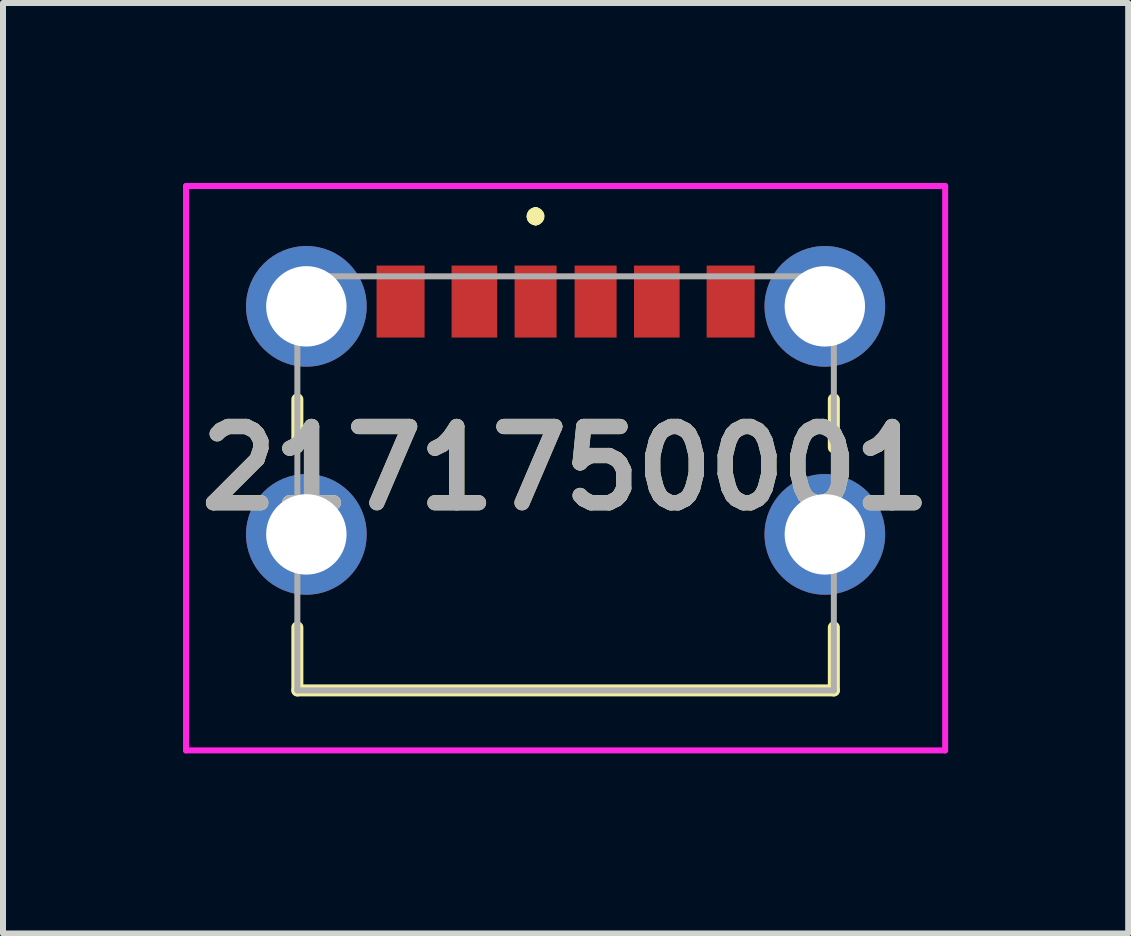
<source format=kicad_pcb>
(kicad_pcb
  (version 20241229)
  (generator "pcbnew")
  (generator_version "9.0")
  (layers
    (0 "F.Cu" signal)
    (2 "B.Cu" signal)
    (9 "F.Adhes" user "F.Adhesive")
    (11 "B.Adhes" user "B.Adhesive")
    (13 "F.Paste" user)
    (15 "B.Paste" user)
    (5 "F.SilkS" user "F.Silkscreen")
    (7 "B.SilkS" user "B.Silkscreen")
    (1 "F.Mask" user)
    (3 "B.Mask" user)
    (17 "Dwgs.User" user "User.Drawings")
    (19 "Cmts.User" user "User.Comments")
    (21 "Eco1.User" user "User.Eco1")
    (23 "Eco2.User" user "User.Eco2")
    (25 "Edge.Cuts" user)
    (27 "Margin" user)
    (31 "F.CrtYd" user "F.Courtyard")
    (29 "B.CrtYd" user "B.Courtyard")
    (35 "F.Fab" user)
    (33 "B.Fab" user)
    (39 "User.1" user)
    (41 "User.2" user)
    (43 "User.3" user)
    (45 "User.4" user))
  (footprint "2171750001"
    (layer "F.Cu")
    (at 6.375 5.005)
    (property "Reference" "2171750001" (at 0 -0.252 0) (layer "F.SilkS") (effects (font (size 1.27 1.27) (thickness 0.254))))
    (attr through_hole)
    (fp_line (start -4.47 -1.4) (end -4.47 -0.6) (stroke (width 0.2) (type solid)) (layer "F.SilkS"))
    (fp_line (start -4.47 2.4) (end -4.47 3.45) (stroke (width 0.2) (type solid)) (layer "F.SilkS"))
    (fp_line (start -4.47 3.45) (end 4.47 3.45) (stroke (width 0.2) (type solid)) (layer "F.SilkS"))
    (fp_line (start -0.5 -4.5) (end -0.5 -4.5) (stroke (width 0.2) (type solid)) (layer "F.SilkS"))
    (fp_line (start -0.5 -4.5) (end -0.5 -4.5) (stroke (width 0.2) (type solid)) (layer "F.SilkS"))
    (fp_line (start -0.5 -4.4) (end -0.5 -4.4) (stroke (width 0.2) (type solid)) (layer "F.SilkS"))
    (fp_line (start 4.47 -1.4) (end 4.47 -0.6) (stroke (width 0.2) (type solid)) (layer "F.SilkS"))
    (fp_line (start 4.47 3.45) (end 4.47 2.4) (stroke (width 0.2) (type solid)) (layer "F.SilkS"))
    (fp_arc (start -0.5 -4.5) (mid -0.45 -4.45) (end -0.5 -4.4) (stroke (width 0.2) (type solid)) (layer "F.SilkS"))
    (fp_arc (start -0.5 -4.4) (mid -0.55 -4.45) (end -0.5 -4.5) (stroke (width 0.2) (type solid)) (layer "F.SilkS"))
    (fp_arc (start -0.5 -4.4) (mid -0.55 -4.45) (end -0.5 -4.5) (stroke (width 0.2) (type solid)) (layer "F.SilkS"))
    (fp_line (start -6.325 -4.955) (end 6.325 -4.955) (stroke (width 0.1) (type solid)) (layer "F.CrtYd"))
    (fp_line (start -6.325 4.45) (end -6.325 -4.955) (stroke (width 0.1) (type solid)) (layer "F.CrtYd"))
    (fp_line (start 6.325 -4.955) (end 6.325 4.45) (stroke (width 0.1) (type solid)) (layer "F.CrtYd"))
    (fp_line (start 6.325 4.45) (end -6.325 4.45) (stroke (width 0.1) (type solid)) (layer "F.CrtYd"))
    (fp_line (start -4.47 -3.45) (end -4.47 3.45) (stroke (width 0.1) (type solid)) (layer "F.Fab"))
    (fp_line (start -4.47 3.45) (end 4.47 3.45) (stroke (width 0.1) (type solid)) (layer "F.Fab"))
    (fp_line (start 4.47 -3.45) (end -4.47 -3.45) (stroke (width 0.1) (type solid)) (layer "F.Fab"))
    (fp_line (start 4.47 3.45) (end 4.47 -3.45) (stroke (width 0.1) (type solid)) (layer "F.Fab"))
    (fp_text user "${REFERENCE}" (at 0 -0.252 0) (layer "F.Fab") (effects (font (size 1.27 1.27) (thickness 0.254))))
    (pad "A5" smd rect (at -0.5 -3.03) (size 0.7 1.2) (layers "F.Cu" "F.Mask" "F.Paste"))
    (pad "A9" smd rect (at 1.52 -3.03) (size 0.76 1.2) (layers "F.Cu" "F.Mask" "F.Paste"))
    (pad "A12" smd rect (at 2.75 -3.03) (size 0.8 1.2) (layers "F.Cu" "F.Mask" "F.Paste"))
    (pad "B5" smd rect (at 0.5 -3.03) (size 0.7 1.2) (layers "F.Cu" "F.Mask" "F.Paste"))
    (pad "B9" smd rect (at -1.52 -3.03) (size 0.76 1.2) (layers "F.Cu" "F.Mask" "F.Paste"))
    (pad "B12" smd rect (at -2.75 -3.03) (size 0.8 1.2) (layers "F.Cu" "F.Mask" "F.Paste"))
    (pad "MH1" thru_hole circle (at -4.32 0.85) (size 2.01 2.01) (drill 1.34) (layers "*.Cu" "*.Mask"))
    (pad "MH2" thru_hole circle (at 4.32 0.85) (size 2.01 2.01) (drill 1.34) (layers "*.Cu" "*.Mask"))
    (pad "MH3" thru_hole circle (at -4.32 -2.95) (size 2.01 2.01) (drill 1.34) (layers "*.Cu" "*.Mask"))
    (pad "MH4" thru_hole circle (at 4.32 -2.95) (size 2.01 2.01) (drill 1.34) (layers "*.Cu" "*.Mask")))
  (gr_rect
    (start -3 -3)
    (end 15.75 12.505)
    (stroke (width 0.1) (type default))
    (fill no)
    (layer "Edge.Cuts")))
</source>
